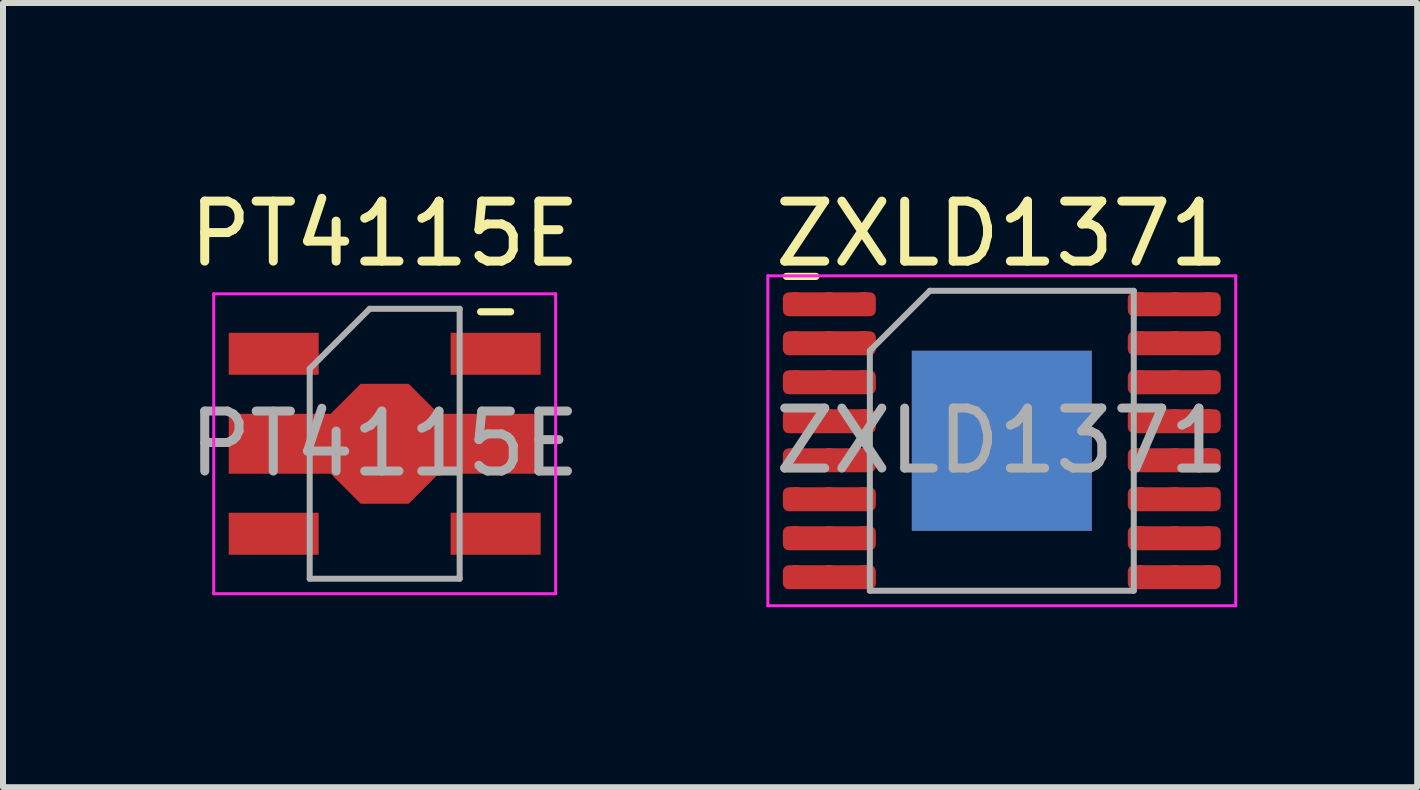
<source format=kicad_pcb>
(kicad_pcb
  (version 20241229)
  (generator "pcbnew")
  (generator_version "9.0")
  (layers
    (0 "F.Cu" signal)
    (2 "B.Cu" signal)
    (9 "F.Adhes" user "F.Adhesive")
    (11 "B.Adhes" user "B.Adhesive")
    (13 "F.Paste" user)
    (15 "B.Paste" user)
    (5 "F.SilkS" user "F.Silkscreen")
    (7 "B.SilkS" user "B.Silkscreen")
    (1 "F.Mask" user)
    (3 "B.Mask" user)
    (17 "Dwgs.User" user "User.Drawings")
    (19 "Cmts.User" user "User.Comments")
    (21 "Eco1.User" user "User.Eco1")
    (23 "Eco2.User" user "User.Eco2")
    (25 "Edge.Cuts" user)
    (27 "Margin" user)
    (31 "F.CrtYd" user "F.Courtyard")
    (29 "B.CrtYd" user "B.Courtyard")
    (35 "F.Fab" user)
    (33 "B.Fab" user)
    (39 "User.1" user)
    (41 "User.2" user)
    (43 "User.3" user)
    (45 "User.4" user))
  (footprint "ZXLD1371"
    (layer "F.Cu")
    (at 13.651 4.298)
    (property "Reference" "ZXLD1371" (at 0 -3.45 0) (layer "F.SilkS") (effects (font (size 1 1) (thickness 0.15))))
    (attr smd)
    (fp_line (start -3.1 -2.74) (end -3.59 -2.74) (stroke (width 0.12) (type solid)) (layer "F.SilkS"))
    (fp_line (start -3.9 -2.75) (end -3.9 2.75) (stroke (width 0.05) (type solid)) (layer "F.CrtYd"))
    (fp_line (start -3.9 2.75) (end 3.9 2.75) (stroke (width 0.05) (type solid)) (layer "F.CrtYd"))
    (fp_line (start 3.9 -2.75) (end -3.9 -2.75) (stroke (width 0.05) (type solid)) (layer "F.CrtYd"))
    (fp_line (start 3.9 2.75) (end 3.9 -2.75) (stroke (width 0.05) (type solid)) (layer "F.CrtYd"))
    (fp_line (start -2.2 -1.5) (end -1.2 -2.5) (stroke (width 0.1) (type solid)) (layer "F.Fab"))
    (fp_line (start -2.2 2.5) (end -2.2 -1.5) (stroke (width 0.1) (type solid)) (layer "F.Fab"))
    (fp_line (start -1.2 -2.5) (end 2.2 -2.5) (stroke (width 0.1) (type solid)) (layer "F.Fab"))
    (fp_line (start 2.2 -2.5) (end 2.2 2.5) (stroke (width 0.1) (type solid)) (layer "F.Fab"))
    (fp_line (start 2.2 2.5) (end -2.2 2.5) (stroke (width 0.1) (type solid)) (layer "F.Fab"))
    (fp_text user "${REFERENCE}" (at 0 0 0) (layer "F.Fab") (effects (font (size 1 1) (thickness 0.15))))
    (pad "" smd roundrect (at -0.75 -0.75) (size 1.21 1.21) (layers "F.Paste") (roundrect_rratio 0.207))
    (pad "" smd roundrect (at -0.75 0.75) (size 1.21 1.21) (layers "F.Paste") (roundrect_rratio 0.207))
    (pad "" smd roundrect (at 0.75 -0.75) (size 1.21 1.21) (layers "F.Paste") (roundrect_rratio 0.207))
    (pad "" smd roundrect (at 0.75 0.75) (size 1.21 1.21) (layers "F.Paste") (roundrect_rratio 0.207))
    (pad "1" smd roundrect (at -2.875 -2.275) (size 1.55 0.4) (layers "F.Cu" "F.Mask" "F.Paste") (roundrect_rratio 0.25))
    (pad "2" smd roundrect (at -2.875 -1.625) (size 1.55 0.4) (layers "F.Cu" "F.Mask" "F.Paste") (roundrect_rratio 0.25))
    (pad "3" smd roundrect (at -2.875 -0.975) (size 1.55 0.4) (layers "F.Cu" "F.Mask" "F.Paste") (roundrect_rratio 0.25))
    (pad "4" smd roundrect (at -2.875 -0.325) (size 1.55 0.4) (layers "F.Cu" "F.Mask" "F.Paste") (roundrect_rratio 0.25))
    (pad "5" smd roundrect (at -2.875 0.325) (size 1.55 0.4) (layers "F.Cu" "F.Mask" "F.Paste") (roundrect_rratio 0.25))
    (pad "6" smd roundrect (at -2.875 0.975) (size 1.55 0.4) (layers "F.Cu" "F.Mask" "F.Paste") (roundrect_rratio 0.25))
    (pad "7" smd roundrect (at -2.875 1.625) (size 1.55 0.4) (layers "F.Cu" "F.Mask" "F.Paste") (roundrect_rratio 0.25))
    (pad "8" smd roundrect (at -2.875 2.275) (size 1.55 0.4) (layers "F.Cu" "F.Mask" "F.Paste") (roundrect_rratio 0.25))
    (pad "9" smd roundrect (at 2.875 2.275) (size 1.55 0.4) (layers "F.Cu" "F.Mask" "F.Paste") (roundrect_rratio 0.25))
    (pad "10" smd roundrect (at 2.875 1.625) (size 1.55 0.4) (layers "F.Cu" "F.Mask" "F.Paste") (roundrect_rratio 0.25))
    (pad "11" smd roundrect (at 2.875 0.975) (size 1.55 0.4) (layers "F.Cu" "F.Mask" "F.Paste") (roundrect_rratio 0.25))
    (pad "12" smd roundrect (at 2.875 0.325) (size 1.55 0.4) (layers "F.Cu" "F.Mask" "F.Paste") (roundrect_rratio 0.25))
    (pad "13" smd roundrect (at 2.875 -0.325) (size 1.55 0.4) (layers "F.Cu" "F.Mask" "F.Paste") (roundrect_rratio 0.25))
    (pad "14" smd roundrect (at 2.875 -0.975) (size 1.55 0.4) (layers "F.Cu" "F.Mask" "F.Paste") (roundrect_rratio 0.25))
    (pad "15" smd roundrect (at 2.875 -1.625) (size 1.55 0.4) (layers "F.Cu" "F.Mask" "F.Paste") (roundrect_rratio 0.25))
    (pad "16" smd roundrect (at 2.875 -2.275) (size 1.55 0.4) (layers "F.Cu" "F.Mask" "F.Paste") (roundrect_rratio 0.25))
    (pad "17" smd rect (at 0 0) (size 3 3) (layers "F.Cu" "F.Mask"))
    (pad "17" smd rect (at 0 0) (size 3 3) (layers "B.Cu"))
    (pad "18" smd circle (at -3.44 -2.28) (size 0.4 0.4) (layers "F.Cu" "Eco2.User"))
    (pad "18" smd circle (at -3.44 -1.63) (size 0.4 0.4) (layers "F.Cu" "Eco2.User"))
    (pad "18" smd circle (at -3.44 -0.98) (size 0.4 0.4) (layers "F.Cu" "Eco2.User"))
    (pad "18" smd circle (at -3.44 -0.33) (size 0.4 0.4) (layers "F.Cu" "Eco2.User"))
    (pad "18" smd circle (at -3.44 0.32) (size 0.4 0.4) (layers "F.Cu" "Eco2.User"))
    (pad "18" smd circle (at -3.44 0.97) (size 0.4 0.4) (layers "F.Cu" "Eco2.User"))
    (pad "18" smd circle (at -3.44 1.62) (size 0.4 0.4) (layers "F.Cu" "Eco2.User"))
    (pad "18" smd circle (at -3.44 2.27) (size 0.4 0.4) (layers "F.Cu" "Eco2.User"))
    (pad "18" smd circle (at -2.88 -2.28) (size 0.4 0.4) (layers "F.Cu" "Eco2.User"))
    (pad "18" smd circle (at -2.88 -1.63) (size 0.4 0.4) (layers "F.Cu" "Eco2.User"))
    (pad "18" smd circle (at -2.88 -0.98) (size 0.4 0.4) (layers "F.Cu" "Eco2.User"))
    (pad "18" smd circle (at -2.88 -0.33) (size 0.4 0.4) (layers "F.Cu" "Eco2.User"))
    (pad "18" smd circle (at -2.88 0.32) (size 0.4 0.4) (layers "F.Cu" "Eco2.User"))
    (pad "18" smd circle (at -2.88 0.97) (size 0.4 0.4) (layers "F.Cu" "Eco2.User"))
    (pad "18" smd circle (at -2.88 1.62) (size 0.4 0.4) (layers "F.Cu" "Eco2.User"))
    (pad "18" smd circle (at -2.88 2.27) (size 0.4 0.4) (layers "F.Cu" "Eco2.User"))
    (pad "18" smd circle (at -2.31 -2.28) (size 0.4 0.4) (layers "F.Cu" "Eco2.User"))
    (pad "18" smd circle (at -2.31 -1.63) (size 0.4 0.4) (layers "F.Cu" "Eco2.User"))
    (pad "18" smd circle (at -2.31 -0.98) (size 0.4 0.4) (layers "F.Cu" "Eco2.User"))
    (pad "18" smd circle (at -2.31 -0.33) (size 0.4 0.4) (layers "F.Cu" "Eco2.User"))
    (pad "18" smd circle (at -2.31 0.32) (size 0.4 0.4) (layers "F.Cu" "Eco2.User"))
    (pad "18" smd circle (at -2.31 0.97) (size 0.4 0.4) (layers "F.Cu" "Eco2.User"))
    (pad "18" smd circle (at -2.31 1.62) (size 0.4 0.4) (layers "F.Cu" "Eco2.User"))
    (pad "18" smd circle (at -2.31 2.27) (size 0.4 0.4) (layers "F.Cu" "Eco2.User"))
    (pad "18" smd circle (at -1.25 -1.25) (size 0.4 0.4) (layers "F.Cu" "Eco2.User"))
    (pad "18" smd circle (at -1.25 -0.625) (size 0.4 0.4) (layers "F.Cu" "Eco2.User"))
    (pad "18" smd circle (at -1.25 0) (size 0.4 0.4) (layers "F.Cu" "Eco2.User"))
    (pad "18" smd circle (at -1.25 0.625) (size 0.4 0.4) (layers "F.Cu" "Eco2.User"))
    (pad "18" smd circle (at -1.25 1.25) (size 0.4 0.4) (layers "F.Cu" "Eco2.User"))
    (pad "18" smd circle (at -0.625 -1.25) (size 0.4 0.4) (layers "F.Cu" "Eco2.User"))
    (pad "18" smd circle (at -0.625 -0.625) (size 0.4 0.4) (layers "F.Cu" "Eco2.User"))
    (pad "18" smd circle (at -0.625 0) (size 0.4 0.4) (layers "F.Cu" "Eco2.User"))
    (pad "18" smd circle (at -0.625 0.625) (size 0.4 0.4) (layers "F.Cu" "Eco2.User"))
    (pad "18" smd circle (at -0.625 1.25) (size 0.4 0.4) (layers "F.Cu" "Eco2.User"))
    (pad "18" smd circle (at 0 -1.25) (size 0.4 0.4) (layers "F.Cu" "Eco2.User"))
    (pad "18" smd circle (at 0 -0.625) (size 0.4 0.4) (layers "F.Cu" "Eco2.User"))
    (pad "18" smd circle (at 0 0) (size 0.4 0.4) (layers "F.Cu" "Eco2.User"))
    (pad "18" smd circle (at 0 0.625) (size 0.4 0.4) (layers "F.Cu" "Eco2.User"))
    (pad "18" smd circle (at 0 1.25) (size 0.4 0.4) (layers "F.Cu" "Eco2.User"))
    (pad "18" smd circle (at 0.625 -1.25) (size 0.4 0.4) (layers "F.Cu" "Eco2.User"))
    (pad "18" smd circle (at 0.625 -0.625) (size 0.4 0.4) (layers "F.Cu" "Eco2.User"))
    (pad "18" smd circle (at 0.625 0) (size 0.4 0.4) (layers "F.Cu" "Eco2.User"))
    (pad "18" smd circle (at 0.625 0.625) (size 0.4 0.4) (layers "F.Cu" "Eco2.User"))
    (pad "18" smd circle (at 0.625 1.25) (size 0.4 0.4) (layers "F.Cu" "Eco2.User"))
    (pad "18" smd circle (at 1.25 -1.25) (size 0.4 0.4) (layers "F.Cu" "Eco2.User"))
    (pad "18" smd circle (at 1.25 -0.625) (size 0.4 0.4) (layers "F.Cu" "Eco2.User"))
    (pad "18" smd circle (at 1.25 0) (size 0.4 0.4) (layers "F.Cu" "Eco2.User"))
    (pad "18" smd circle (at 1.25 0.625) (size 0.4 0.4) (layers "F.Cu" "Eco2.User"))
    (pad "18" smd circle (at 1.25 1.25) (size 0.4 0.4) (layers "F.Cu" "Eco2.User"))
    (pad "18" smd circle (at 2.31 -2.28 180) (size 0.4 0.4) (layers "F.Cu" "Eco2.User"))
    (pad "18" smd circle (at 2.31 -1.63 180) (size 0.4 0.4) (layers "F.Cu" "Eco2.User"))
    (pad "18" smd circle (at 2.31 -0.98 180) (size 0.4 0.4) (layers "F.Cu" "Eco2.User"))
    (pad "18" smd circle (at 2.31 -0.33 180) (size 0.4 0.4) (layers "F.Cu" "Eco2.User"))
    (pad "18" smd circle (at 2.31 0.32 180) (size 0.4 0.4) (layers "F.Cu" "Eco2.User"))
    (pad "18" smd circle (at 2.31 0.97 180) (size 0.4 0.4) (layers "F.Cu" "Eco2.User"))
    (pad "18" smd circle (at 2.31 1.62 180) (size 0.4 0.4) (layers "F.Cu" "Eco2.User"))
    (pad "18" smd circle (at 2.31 2.27 180) (size 0.4 0.4) (layers "F.Cu" "Eco2.User"))
    (pad "18" smd circle (at 2.88 -2.28 180) (size 0.4 0.4) (layers "F.Cu" "Eco2.User"))
    (pad "18" smd circle (at 2.88 -1.63 180) (size 0.4 0.4) (layers "F.Cu" "Eco2.User"))
    (pad "18" smd circle (at 2.88 -0.98 180) (size 0.4 0.4) (layers "F.Cu" "Eco2.User"))
    (pad "18" smd circle (at 2.88 -0.33 180) (size 0.4 0.4) (layers "F.Cu" "Eco2.User"))
    (pad "18" smd circle (at 2.88 0.32 180) (size 0.4 0.4) (layers "F.Cu" "Eco2.User"))
    (pad "18" smd circle (at 2.88 0.97 180) (size 0.4 0.4) (layers "F.Cu" "Eco2.User"))
    (pad "18" smd circle (at 2.88 1.62 180) (size 0.4 0.4) (layers "F.Cu" "Eco2.User"))
    (pad "18" smd circle (at 2.88 2.27 180) (size 0.4 0.4) (layers "F.Cu" "Eco2.User"))
    (pad "18" smd circle (at 3.44 -2.28 180) (size 0.4 0.4) (layers "F.Cu" "Eco2.User"))
    (pad "18" smd circle (at 3.44 -1.63 180) (size 0.4 0.4) (layers "F.Cu" "Eco2.User"))
    (pad "18" smd circle (at 3.44 -0.98 180) (size 0.4 0.4) (layers "F.Cu" "Eco2.User"))
    (pad "18" smd circle (at 3.44 -0.33 180) (size 0.4 0.4) (layers "F.Cu" "Eco2.User"))
    (pad "18" smd circle (at 3.44 0.32 180) (size 0.4 0.4) (layers "F.Cu" "Eco2.User"))
    (pad "18" smd circle (at 3.44 0.97 180) (size 0.4 0.4) (layers "F.Cu" "Eco2.User"))
    (pad "18" smd circle (at 3.44 1.62 180) (size 0.4 0.4) (layers "F.Cu" "Eco2.User"))
    (pad "18" smd circle (at 3.44 2.27 180) (size 0.4 0.4) (layers "F.Cu" "Eco2.User")))
  (footprint "PT4115E"
    (layer "F.Cu")
    (at 3.363 4.348)
    (property "Reference" "PT4115E" (at 0 -3.5 0) (layer "F.SilkS") (effects (font (size 1 1) (thickness 0.15))))
    (attr smd)
    (fp_line (start 2.1 -2.2) (end 1.6 -2.2) (stroke (width 0.12) (type solid)) (layer "F.SilkS"))
    (fp_line (start -2.85 2.5) (end -2.85 -2.5) (stroke (width 0.05) (type solid)) (layer "F.CrtYd"))
    (fp_line (start -2.85 2.5) (end 2.85 2.5) (stroke (width 0.05) (type solid)) (layer "F.CrtYd"))
    (fp_line (start 2.85 -2.5) (end -2.85 -2.5) (stroke (width 0.05) (type solid)) (layer "F.CrtYd"))
    (fp_line (start 2.85 -2.5) (end 2.85 2.5) (stroke (width 0.05) (type solid)) (layer "F.CrtYd"))
    (fp_line (start -1.25 -1.25) (end -0.25 -2.25) (stroke (width 0.1) (type solid)) (layer "F.Fab"))
    (fp_line (start -1.25 2.25) (end -1.25 -1.25) (stroke (width 0.1) (type solid)) (layer "F.Fab"))
    (fp_line (start -0.25 -2.25) (end 1.25 -2.25) (stroke (width 0.1) (type solid)) (layer "F.Fab"))
    (fp_line (start 1.25 -2.25) (end 1.25 2.25) (stroke (width 0.1) (type solid)) (layer "F.Fab"))
    (fp_line (start 1.25 2.25) (end -1.25 2.25) (stroke (width 0.1) (type solid)) (layer "F.Fab"))
    (fp_text user "${REFERENCE}" (at 0 0 180) (layer "F.Fab") (effects (font (size 1 1) (thickness 0.15))))
    (pad "1" smd rect (at -1.85 -1.5) (size 1.5 0.7) (layers "F.Cu" "F.Mask" "F.Paste"))
    (pad "2" smd custom (at 0 0) (size 0.8 2) (layers "F.Cu" "F.Mask" "F.Paste") (options (anchor rect)) (primitives (gr_poly (pts (xy 0.9 -0.5) (xy 2.6 -0.5) (xy 2.6 0.5) (xy 0.9 0.5) (xy 0.4 1) (xy -0.4 1) (xy -0.9 0.5) (xy -2.6 0.5) (xy -2.6 -0.5) (xy -0.9 -0.5) (xy -0.4 -1) (xy 0.4 -1)) (width 0) (fill yes))))
    (pad "3" smd rect (at -1.85 1.5) (size 1.5 0.7) (layers "F.Cu" "F.Mask" "F.Paste"))
    (pad "4" smd rect (at 1.85 1.5) (size 1.5 0.7) (layers "F.Cu" "F.Mask" "F.Paste"))
    (pad "5" smd rect (at 1.85 -1.5) (size 1.5 0.7) (layers "F.Cu" "F.Mask" "F.Paste")))
  (gr_rect
    (start -3 -3)
    (end 20.576 10.073)
    (stroke (width 0.1) (type default))
    (fill no)
    (layer "Edge.Cuts")))
</source>
